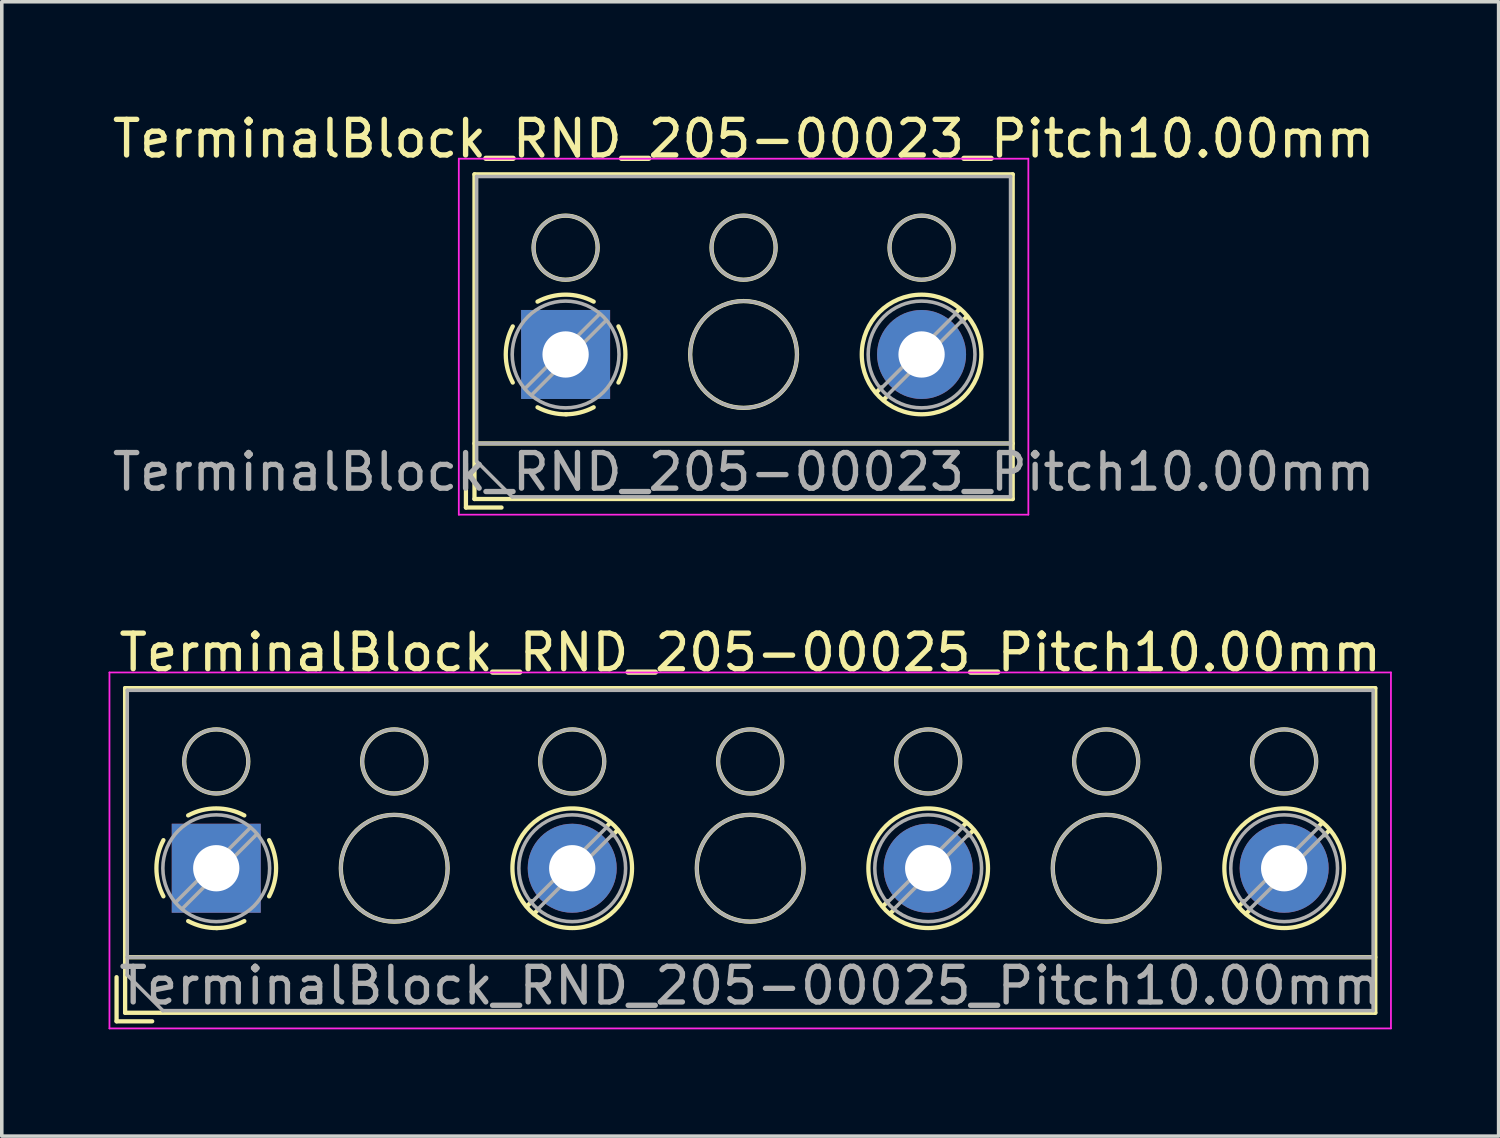
<source format=kicad_pcb>
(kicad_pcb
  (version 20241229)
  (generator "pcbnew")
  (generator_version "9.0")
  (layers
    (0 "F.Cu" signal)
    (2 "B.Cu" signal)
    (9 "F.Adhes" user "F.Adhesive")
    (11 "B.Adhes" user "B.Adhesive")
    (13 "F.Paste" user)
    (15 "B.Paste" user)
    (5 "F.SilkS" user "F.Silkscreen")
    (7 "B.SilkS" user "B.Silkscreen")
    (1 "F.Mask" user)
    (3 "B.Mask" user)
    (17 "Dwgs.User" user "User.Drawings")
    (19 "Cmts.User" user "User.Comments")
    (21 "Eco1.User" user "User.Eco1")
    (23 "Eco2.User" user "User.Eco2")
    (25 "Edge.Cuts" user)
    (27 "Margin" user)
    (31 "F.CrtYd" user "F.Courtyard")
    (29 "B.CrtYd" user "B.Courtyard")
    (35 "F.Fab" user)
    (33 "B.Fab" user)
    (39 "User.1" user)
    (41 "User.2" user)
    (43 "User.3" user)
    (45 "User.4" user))
  (footprint "TerminalBlock_RND_205-00023_Pitch10.00mm"
    (layer "F.Cu")
    (at 12.839 6.908)
    (property "Reference" "TerminalBlock_RND_205-00023_Pitch10.00mm" (at 5 -6.06 0) (layer "F.SilkS") (effects (font (size 1 1) (thickness 0.15))))
    (attr through_hole)
    (fp_line (start -2.8 3.06) (end -2.8 4.3) (stroke (width 0.12) (type solid)) (layer "F.SilkS"))
    (fp_line (start -2.8 4.3) (end -1.8 4.3) (stroke (width 0.12) (type solid)) (layer "F.SilkS"))
    (fp_line (start -2.56 -5.06) (end -2.56 4.06) (stroke (width 0.12) (type solid)) (layer "F.SilkS"))
    (fp_line (start -2.56 2.5) (end 12.56 2.5) (stroke (width 0.12) (type solid)) (layer "F.SilkS"))
    (fp_line (start -2.56 4.06) (end 12.56 4.06) (stroke (width 0.12) (type solid)) (layer "F.SilkS"))
    (fp_line (start 8.867 0.929) (end 8.726 1.069) (stroke (width 0.12) (type solid)) (layer "F.SilkS"))
    (fp_line (start 9.037 1.169) (end 8.931 1.274) (stroke (width 0.12) (type solid)) (layer "F.SilkS"))
    (fp_line (start 11.07 -1.275) (end 10.964 -1.169) (stroke (width 0.12) (type solid)) (layer "F.SilkS"))
    (fp_line (start 11.275 -1.069) (end 11.134 -0.929) (stroke (width 0.12) (type solid)) (layer "F.SilkS"))
    (fp_line (start 12.56 -5.06) (end -2.56 -5.06) (stroke (width 0.12) (type solid)) (layer "F.SilkS"))
    (fp_line (start 12.56 4.06) (end 12.56 -5.06) (stroke (width 0.12) (type solid)) (layer "F.SilkS"))
    (fp_arc (start -1.483953 0.789089) (mid -1.680708 0.00005) (end -1.484 -0.789) (stroke (width 0.12) (type solid)) (layer "F.SilkS"))
    (fp_arc (start -0.789089 -1.483953) (mid -0.00005 -1.680708) (end 0.789 -1.484) (stroke (width 0.12) (type solid)) (layer "F.SilkS"))
    (fp_arc (start 0.029383 1.68045) (mid -0.392304 1.634281) (end -0.789 1.484) (stroke (width 0.12) (type solid)) (layer "F.SilkS"))
    (fp_arc (start 0.788712 1.483352) (mid 0.406429 1.630097) (end 0 1.68) (stroke (width 0.12) (type solid)) (layer "F.SilkS"))
    (fp_arc (start 1.483953 -0.789089) (mid 1.680708 -0.00005) (end 1.484 0.789) (stroke (width 0.12) (type solid)) (layer "F.SilkS"))
    (fp_circle (center 0 -3) (end 0.9 -3) (stroke (width 0.12) (type solid)) (fill no) (layer "F.SilkS"))
    (fp_circle (center 5 -3) (end 5.9 -3) (stroke (width 0.12) (type solid)) (fill no) (layer "F.SilkS"))
    (fp_circle (center 5 0) (end 6.5 0) (stroke (width 0.12) (type solid)) (fill no) (layer "F.SilkS"))
    (fp_circle (center 10 -3) (end 10.9 -3) (stroke (width 0.12) (type solid)) (fill no) (layer "F.SilkS"))
    (fp_circle (center 10 0) (end 11.68 0) (stroke (width 0.12) (type solid)) (fill no) (layer "F.SilkS"))
    (fp_line (start -3 -5.5) (end -3 4.5) (stroke (width 0.05) (type solid)) (layer "F.CrtYd"))
    (fp_line (start -3 4.5) (end 13 4.5) (stroke (width 0.05) (type solid)) (layer "F.CrtYd"))
    (fp_line (start 13 -5.5) (end -3 -5.5) (stroke (width 0.05) (type solid)) (layer "F.CrtYd"))
    (fp_line (start 13 4.5) (end 13 -5.5) (stroke (width 0.05) (type solid)) (layer "F.CrtYd"))
    (fp_line (start -2.5 -5) (end 12.5 -5) (stroke (width 0.1) (type solid)) (layer "F.Fab"))
    (fp_line (start -2.5 2.5) (end 12.5 2.5) (stroke (width 0.1) (type solid)) (layer "F.Fab"))
    (fp_line (start -2.5 3) (end -2.5 -5) (stroke (width 0.1) (type solid)) (layer "F.Fab"))
    (fp_line (start -1.5 4) (end -2.5 3) (stroke (width 0.1) (type solid)) (layer "F.Fab"))
    (fp_line (start 0.955 -1.138) (end -1.138 0.955) (stroke (width 0.1) (type solid)) (layer "F.Fab"))
    (fp_line (start 1.138 -0.955) (end -0.955 1.138) (stroke (width 0.1) (type solid)) (layer "F.Fab"))
    (fp_line (start 10.955 -1.138) (end 8.863 0.955) (stroke (width 0.1) (type solid)) (layer "F.Fab"))
    (fp_line (start 11.138 -0.955) (end 9.046 1.138) (stroke (width 0.1) (type solid)) (layer "F.Fab"))
    (fp_line (start 12.5 -5) (end 12.5 4) (stroke (width 0.1) (type solid)) (layer "F.Fab"))
    (fp_line (start 12.5 4) (end -1.5 4) (stroke (width 0.1) (type solid)) (layer "F.Fab"))
    (fp_circle (center 0 -3) (end 0.9 -3) (stroke (width 0.1) (type solid)) (fill no) (layer "F.Fab"))
    (fp_circle (center 0 0) (end 1.5 0) (stroke (width 0.1) (type solid)) (fill no) (layer "F.Fab"))
    (fp_circle (center 5 -3) (end 5.9 -3) (stroke (width 0.1) (type solid)) (fill no) (layer "F.Fab"))
    (fp_circle (center 5 0) (end 6.5 0) (stroke (width 0.1) (type solid)) (fill no) (layer "F.Fab"))
    (fp_circle (center 10 -3) (end 10.9 -3) (stroke (width 0.1) (type solid)) (fill no) (layer "F.Fab"))
    (fp_circle (center 10 0) (end 11.5 0) (stroke (width 0.1) (type solid)) (fill no) (layer "F.Fab"))
    (fp_text user "${REFERENCE}" (at 5 3.3 0) (layer "F.Fab") (effects (font (size 1 1) (thickness 0.15))))
    (pad "1" thru_hole rect (at 0 0) (size 2.5 2.5) (drill 1.3) (layers "*.Cu" "*.Mask"))
    (pad "2" thru_hole oval (at 10 0) (size 2.5 2.5) (drill 1.3) (layers "*.Cu" "*.Mask")))
  (footprint "TerminalBlock_RND_205-00025_Pitch10.00mm"
    (layer "F.Cu")
    (at 3.025 21.341)
    (property "Reference" "TerminalBlock_RND_205-00025_Pitch10.00mm" (at 15 -6.06 0) (layer "F.SilkS") (effects (font (size 1 1) (thickness 0.15))))
    (attr through_hole)
    (fp_line (start -2.8 3.06) (end -2.8 4.3) (stroke (width 0.12) (type solid)) (layer "F.SilkS"))
    (fp_line (start -2.8 4.3) (end -1.8 4.3) (stroke (width 0.12) (type solid)) (layer "F.SilkS"))
    (fp_line (start -2.56 -5.06) (end -2.56 4.06) (stroke (width 0.12) (type solid)) (layer "F.SilkS"))
    (fp_line (start -2.56 2.5) (end 32.56 2.5) (stroke (width 0.12) (type solid)) (layer "F.SilkS"))
    (fp_line (start -2.56 4.06) (end 32.56 4.06) (stroke (width 0.12) (type solid)) (layer "F.SilkS"))
    (fp_line (start 8.867 0.929) (end 8.726 1.069) (stroke (width 0.12) (type solid)) (layer "F.SilkS"))
    (fp_line (start 9.037 1.169) (end 8.931 1.274) (stroke (width 0.12) (type solid)) (layer "F.SilkS"))
    (fp_line (start 11.07 -1.275) (end 10.964 -1.169) (stroke (width 0.12) (type solid)) (layer "F.SilkS"))
    (fp_line (start 11.275 -1.069) (end 11.134 -0.929) (stroke (width 0.12) (type solid)) (layer "F.SilkS"))
    (fp_line (start 18.867 0.929) (end 18.726 1.069) (stroke (width 0.12) (type solid)) (layer "F.SilkS"))
    (fp_line (start 19.037 1.169) (end 18.931 1.274) (stroke (width 0.12) (type solid)) (layer "F.SilkS"))
    (fp_line (start 21.07 -1.275) (end 20.964 -1.169) (stroke (width 0.12) (type solid)) (layer "F.SilkS"))
    (fp_line (start 21.275 -1.069) (end 21.134 -0.929) (stroke (width 0.12) (type solid)) (layer "F.SilkS"))
    (fp_line (start 28.867 0.929) (end 28.726 1.069) (stroke (width 0.12) (type solid)) (layer "F.SilkS"))
    (fp_line (start 29.037 1.169) (end 28.931 1.274) (stroke (width 0.12) (type solid)) (layer "F.SilkS"))
    (fp_line (start 31.07 -1.275) (end 30.964 -1.169) (stroke (width 0.12) (type solid)) (layer "F.SilkS"))
    (fp_line (start 31.275 -1.069) (end 31.134 -0.929) (stroke (width 0.12) (type solid)) (layer "F.SilkS"))
    (fp_line (start 32.56 -5.06) (end -2.56 -5.06) (stroke (width 0.12) (type solid)) (layer "F.SilkS"))
    (fp_line (start 32.56 4.06) (end 32.56 -5.06) (stroke (width 0.12) (type solid)) (layer "F.SilkS"))
    (fp_arc (start -1.483953 0.789089) (mid -1.680708 0.00005) (end -1.484 -0.789) (stroke (width 0.12) (type solid)) (layer "F.SilkS"))
    (fp_arc (start -0.789089 -1.483953) (mid -0.00005 -1.680708) (end 0.789 -1.484) (stroke (width 0.12) (type solid)) (layer "F.SilkS"))
    (fp_arc (start 0.029383 1.68045) (mid -0.392304 1.634281) (end -0.789 1.484) (stroke (width 0.12) (type solid)) (layer "F.SilkS"))
    (fp_arc (start 0.788712 1.483352) (mid 0.406429 1.630097) (end 0 1.68) (stroke (width 0.12) (type solid)) (layer "F.SilkS"))
    (fp_arc (start 1.483953 -0.789089) (mid 1.680708 -0.00005) (end 1.484 0.789) (stroke (width 0.12) (type solid)) (layer "F.SilkS"))
    (fp_circle (center 0 -3) (end 0.9 -3) (stroke (width 0.12) (type solid)) (fill no) (layer "F.SilkS"))
    (fp_circle (center 5 -3) (end 5.9 -3) (stroke (width 0.12) (type solid)) (fill no) (layer "F.SilkS"))
    (fp_circle (center 5 0) (end 6.5 0) (stroke (width 0.12) (type solid)) (fill no) (layer "F.SilkS"))
    (fp_circle (center 10 -3) (end 10.9 -3) (stroke (width 0.12) (type solid)) (fill no) (layer "F.SilkS"))
    (fp_circle (center 10 0) (end 11.68 0) (stroke (width 0.12) (type solid)) (fill no) (layer "F.SilkS"))
    (fp_circle (center 15 -3) (end 15.9 -3) (stroke (width 0.12) (type solid)) (fill no) (layer "F.SilkS"))
    (fp_circle (center 15 0) (end 16.5 0) (stroke (width 0.12) (type solid)) (fill no) (layer "F.SilkS"))
    (fp_circle (center 20 -3) (end 20.9 -3) (stroke (width 0.12) (type solid)) (fill no) (layer "F.SilkS"))
    (fp_circle (center 20 0) (end 21.68 0) (stroke (width 0.12) (type solid)) (fill no) (layer "F.SilkS"))
    (fp_circle (center 25 -3) (end 25.9 -3) (stroke (width 0.12) (type solid)) (fill no) (layer "F.SilkS"))
    (fp_circle (center 25 0) (end 26.5 0) (stroke (width 0.12) (type solid)) (fill no) (layer "F.SilkS"))
    (fp_circle (center 30 -3) (end 30.9 -3) (stroke (width 0.12) (type solid)) (fill no) (layer "F.SilkS"))
    (fp_circle (center 30 0) (end 31.68 0) (stroke (width 0.12) (type solid)) (fill no) (layer "F.SilkS"))
    (fp_line (start -3 -5.5) (end -3 4.5) (stroke (width 0.05) (type solid)) (layer "F.CrtYd"))
    (fp_line (start -3 4.5) (end 33 4.5) (stroke (width 0.05) (type solid)) (layer "F.CrtYd"))
    (fp_line (start 33 -5.5) (end -3 -5.5) (stroke (width 0.05) (type solid)) (layer "F.CrtYd"))
    (fp_line (start 33 4.5) (end 33 -5.5) (stroke (width 0.05) (type solid)) (layer "F.CrtYd"))
    (fp_line (start -2.5 -5) (end 32.5 -5) (stroke (width 0.1) (type solid)) (layer "F.Fab"))
    (fp_line (start -2.5 2.5) (end 32.5 2.5) (stroke (width 0.1) (type solid)) (layer "F.Fab"))
    (fp_line (start -2.5 3) (end -2.5 -5) (stroke (width 0.1) (type solid)) (layer "F.Fab"))
    (fp_line (start -1.5 4) (end -2.5 3) (stroke (width 0.1) (type solid)) (layer "F.Fab"))
    (fp_line (start 0.955 -1.138) (end -1.138 0.955) (stroke (width 0.1) (type solid)) (layer "F.Fab"))
    (fp_line (start 1.138 -0.955) (end -0.955 1.138) (stroke (width 0.1) (type solid)) (layer "F.Fab"))
    (fp_line (start 10.955 -1.138) (end 8.863 0.955) (stroke (width 0.1) (type solid)) (layer "F.Fab"))
    (fp_line (start 11.138 -0.955) (end 9.046 1.138) (stroke (width 0.1) (type solid)) (layer "F.Fab"))
    (fp_line (start 20.955 -1.138) (end 18.863 0.955) (stroke (width 0.1) (type solid)) (layer "F.Fab"))
    (fp_line (start 21.138 -0.955) (end 19.046 1.138) (stroke (width 0.1) (type solid)) (layer "F.Fab"))
    (fp_line (start 30.955 -1.138) (end 28.863 0.955) (stroke (width 0.1) (type solid)) (layer "F.Fab"))
    (fp_line (start 31.138 -0.955) (end 29.046 1.138) (stroke (width 0.1) (type solid)) (layer "F.Fab"))
    (fp_line (start 32.5 -5) (end 32.5 4) (stroke (width 0.1) (type solid)) (layer "F.Fab"))
    (fp_line (start 32.5 4) (end -1.5 4) (stroke (width 0.1) (type solid)) (layer "F.Fab"))
    (fp_circle (center 0 -3) (end 0.9 -3) (stroke (width 0.1) (type solid)) (fill no) (layer "F.Fab"))
    (fp_circle (center 0 0) (end 1.5 0) (stroke (width 0.1) (type solid)) (fill no) (layer "F.Fab"))
    (fp_circle (center 5 -3) (end 5.9 -3) (stroke (width 0.1) (type solid)) (fill no) (layer "F.Fab"))
    (fp_circle (center 5 0) (end 6.5 0) (stroke (width 0.1) (type solid)) (fill no) (layer "F.Fab"))
    (fp_circle (center 10 -3) (end 10.9 -3) (stroke (width 0.1) (type solid)) (fill no) (layer "F.Fab"))
    (fp_circle (center 10 0) (end 11.5 0) (stroke (width 0.1) (type solid)) (fill no) (layer "F.Fab"))
    (fp_circle (center 15 -3) (end 15.9 -3) (stroke (width 0.1) (type solid)) (fill no) (layer "F.Fab"))
    (fp_circle (center 15 0) (end 16.5 0) (stroke (width 0.1) (type solid)) (fill no) (layer "F.Fab"))
    (fp_circle (center 20 -3) (end 20.9 -3) (stroke (width 0.1) (type solid)) (fill no) (layer "F.Fab"))
    (fp_circle (center 20 0) (end 21.5 0) (stroke (width 0.1) (type solid)) (fill no) (layer "F.Fab"))
    (fp_circle (center 25 -3) (end 25.9 -3) (stroke (width 0.1) (type solid)) (fill no) (layer "F.Fab"))
    (fp_circle (center 25 0) (end 26.5 0) (stroke (width 0.1) (type solid)) (fill no) (layer "F.Fab"))
    (fp_circle (center 30 -3) (end 30.9 -3) (stroke (width 0.1) (type solid)) (fill no) (layer "F.Fab"))
    (fp_circle (center 30 0) (end 31.5 0) (stroke (width 0.1) (type solid)) (fill no) (layer "F.Fab"))
    (fp_text user "${REFERENCE}" (at 15 3.3 0) (layer "F.Fab") (effects (font (size 1 1) (thickness 0.15))))
    (pad "1" thru_hole rect (at 0 0) (size 2.5 2.5) (drill 1.3) (layers "*.Cu" "*.Mask"))
    (pad "2" thru_hole oval (at 10 0) (size 2.5 2.5) (drill 1.3) (layers "*.Cu" "*.Mask"))
    (pad "3" thru_hole oval (at 20 0) (size 2.5 2.5) (drill 1.3) (layers "*.Cu" "*.Mask"))
    (pad "4" thru_hole oval (at 30 0) (size 2.5 2.5) (drill 1.3) (layers "*.Cu" "*.Mask")))
  (gr_rect
    (start -3 -3)
    (end 39.05 28.866)
    (stroke (width 0.1) (type default))
    (fill no)
    (layer "Edge.Cuts")))
</source>
